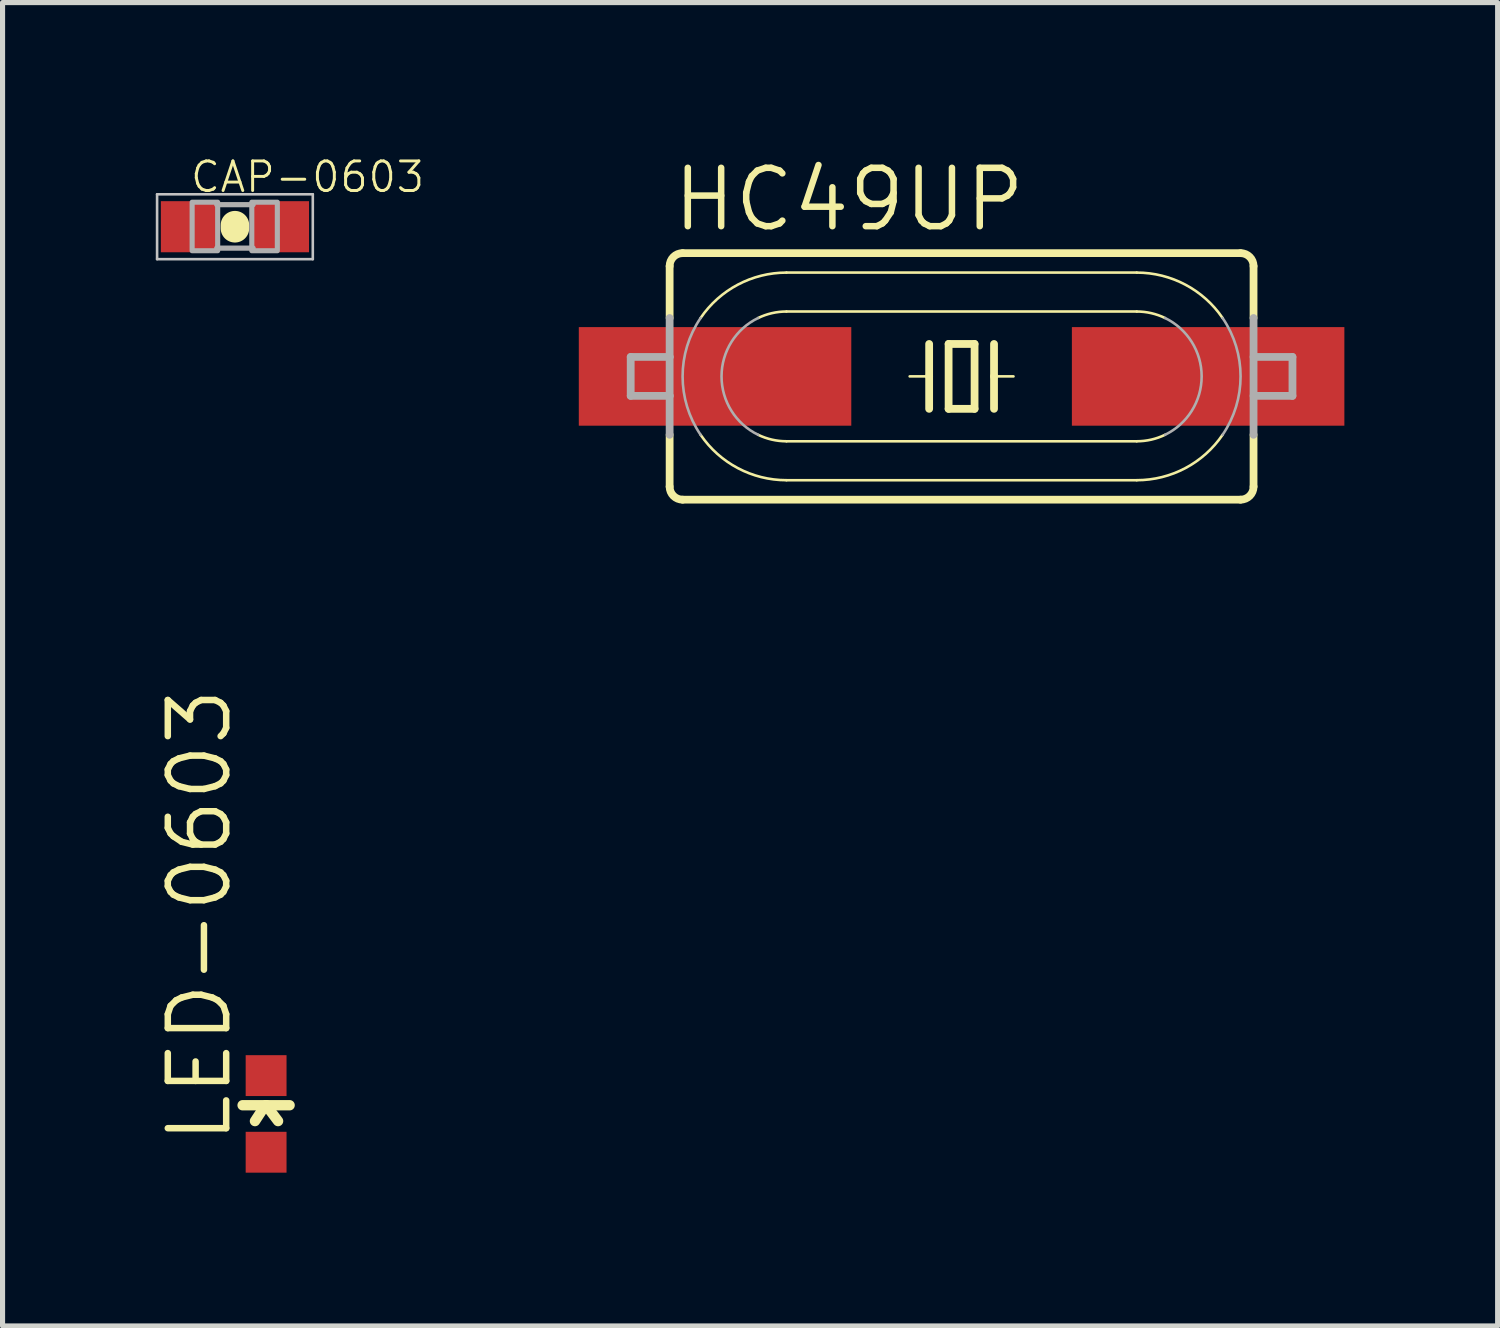
<source format=kicad_pcb>
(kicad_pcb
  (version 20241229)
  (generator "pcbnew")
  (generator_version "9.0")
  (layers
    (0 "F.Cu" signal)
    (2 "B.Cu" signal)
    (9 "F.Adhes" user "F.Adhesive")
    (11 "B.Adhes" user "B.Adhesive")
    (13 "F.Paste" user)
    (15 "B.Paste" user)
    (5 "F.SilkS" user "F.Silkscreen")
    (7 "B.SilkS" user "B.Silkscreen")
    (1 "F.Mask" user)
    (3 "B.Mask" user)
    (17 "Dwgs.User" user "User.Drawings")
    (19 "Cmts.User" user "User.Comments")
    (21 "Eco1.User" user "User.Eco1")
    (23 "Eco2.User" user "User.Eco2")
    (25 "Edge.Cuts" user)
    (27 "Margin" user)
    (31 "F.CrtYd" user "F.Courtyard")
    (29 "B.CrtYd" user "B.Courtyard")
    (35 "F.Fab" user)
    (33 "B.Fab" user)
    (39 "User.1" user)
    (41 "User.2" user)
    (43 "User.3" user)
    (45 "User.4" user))
  (footprint "CAP-0603"
    (layer "F.Cu")
    (at 1.549 1.388)
    (property "Reference" "CAP-0603" (at -0.905 -0.635 0) (layer "F.SilkS") (effects (font (size 0.579 0.579) (thickness 0.058)) (justify left bottom)))
    (attr through_hole)
    (fp_line (start 0 -0.03) (end 0 0.03) (stroke (width 0.559) (type solid)) (layer "F.SilkS"))
    (fp_line (start -1.524 -0.635) (end 1.524 -0.635) (stroke (width 0.051) (type solid)) (layer "Dwgs.User"))
    (fp_line (start -1.524 0.635) (end -1.524 -0.635) (stroke (width 0.051) (type solid)) (layer "Dwgs.User"))
    (fp_line (start 1.524 -0.635) (end 1.524 0.635) (stroke (width 0.051) (type solid)) (layer "Dwgs.User"))
    (fp_line (start 1.524 0.635) (end -1.524 0.635) (stroke (width 0.051) (type solid)) (layer "Dwgs.User"))
    (fp_line (start -0.356 -0.432) (end 0.356 -0.432) (stroke (width 0.102) (type solid)) (layer "F.Fab"))
    (fp_line (start -0.356 0.419) (end 0.356 0.419) (stroke (width 0.102) (type solid)) (layer "F.Fab"))
    (fp_poly (pts (xy -0.838 0.47) (xy -0.338 0.47) (xy -0.338 -0.48) (xy -0.838 -0.48)) (stroke (width 0.1) (type solid)) (fill no) (layer "F.Fab"))
    (fp_poly (pts (xy 0.33 0.47) (xy 0.83 0.47) (xy 0.83 -0.48) (xy 0.33 -0.48)) (stroke (width 0.1) (type solid)) (fill no) (layer "F.Fab"))
    (pad "1" smd rect (at -0.9 0) (size 1.1 1) (layers "F.Cu" "F.Mask" "F.Paste"))
    (pad "2" smd rect (at 0.9 0) (size 1.1 1) (layers "F.Cu" "F.Mask" "F.Paste")))
  (footprint "HC49UP"
    (layer "F.Cu")
    (at 15.773 4.318)
    (property "Reference" "HC49UP" (at -5.715 -2.794 0) (layer "F.SilkS") (effects (font (size 1.143 1.143) (thickness 0.127)) (justify left bottom)))
    (fp_line (start -5.715 -1.143) (end -5.715 -2.159) (stroke (width 0.152) (type solid)) (layer "F.SilkS"))
    (fp_line (start -5.715 2.159) (end -5.715 1.143) (stroke (width 0.152) (type solid)) (layer "F.SilkS"))
    (fp_line (start -3.429 -2.032) (end 3.429 -2.032) (stroke (width 0.051) (type solid)) (layer "F.SilkS"))
    (fp_line (start -3.429 -1.27) (end 3.429 -1.27) (stroke (width 0.051) (type solid)) (layer "F.SilkS"))
    (fp_line (start -0.635 -0.635) (end -0.635 0) (stroke (width 0.152) (type solid)) (layer "F.SilkS"))
    (fp_line (start -0.635 0) (end -1.016 0) (stroke (width 0.051) (type solid)) (layer "F.SilkS"))
    (fp_line (start -0.635 0) (end -0.635 0.635) (stroke (width 0.152) (type solid)) (layer "F.SilkS"))
    (fp_line (start -0.254 -0.635) (end -0.254 0.635) (stroke (width 0.152) (type solid)) (layer "F.SilkS"))
    (fp_line (start -0.254 0.635) (end 0.254 0.635) (stroke (width 0.152) (type solid)) (layer "F.SilkS"))
    (fp_line (start 0.254 -0.635) (end -0.254 -0.635) (stroke (width 0.152) (type solid)) (layer "F.SilkS"))
    (fp_line (start 0.254 0.635) (end 0.254 -0.635) (stroke (width 0.152) (type solid)) (layer "F.SilkS"))
    (fp_line (start 0.635 -0.635) (end 0.635 0) (stroke (width 0.152) (type solid)) (layer "F.SilkS"))
    (fp_line (start 0.635 0) (end 0.635 0.635) (stroke (width 0.152) (type solid)) (layer "F.SilkS"))
    (fp_line (start 0.635 0) (end 1.016 0) (stroke (width 0.051) (type solid)) (layer "F.SilkS"))
    (fp_line (start 3.429 1.27) (end -3.429 1.27) (stroke (width 0.051) (type solid)) (layer "F.SilkS"))
    (fp_line (start 3.429 2.032) (end -3.429 2.032) (stroke (width 0.051) (type solid)) (layer "F.SilkS"))
    (fp_line (start 5.461 -2.413) (end -5.461 -2.413) (stroke (width 0.152) (type solid)) (layer "F.SilkS"))
    (fp_line (start 5.461 2.413) (end -5.461 2.413) (stroke (width 0.152) (type solid)) (layer "F.SilkS"))
    (fp_line (start 5.715 -1.143) (end 5.715 -2.159) (stroke (width 0.152) (type solid)) (layer "F.SilkS"))
    (fp_line (start 5.715 2.159) (end 5.715 1.143) (stroke (width 0.152) (type solid)) (layer "F.SilkS"))
    (fp_arc (start -5.715 -2.159) (mid -5.640605 -2.338605) (end -5.461 -2.413) (stroke (width 0.1524) (type solid)) (layer "F.SilkS"))
    (fp_arc (start -5.461 2.413) (mid -5.640605 2.338605) (end -5.715 2.159) (stroke (width 0.1524) (type solid)) (layer "F.SilkS"))
    (fp_arc (start -5.1091 -1.143) (mid -4.379417 -1.796107) (end -3.429 -2.032101) (stroke (width 0.0508) (type solid)) (layer "F.SilkS"))
    (fp_arc (start -3.9826 -1.143) (mid -3.712991 -1.237845) (end -3.429 -1.27) (stroke (width 0.0508) (type solid)) (layer "F.SilkS"))
    (fp_arc (start -3.429 1.27) (mid -3.712991 1.237845) (end -3.9826 1.143) (stroke (width 0.0508) (type solid)) (layer "F.SilkS"))
    (fp_arc (start -3.429 2.032001) (mid -4.379408 1.796063) (end -5.1091 1.143) (stroke (width 0.0508) (type solid)) (layer "F.SilkS"))
    (fp_arc (start 3.429 -2.032) (mid 4.379408 -1.796062) (end 5.1091 -1.142999) (stroke (width 0.0508) (type solid)) (layer "F.SilkS"))
    (fp_arc (start 3.429 -1.27) (mid 3.712991 -1.237845) (end 3.9826 -1.143) (stroke (width 0.0508) (type solid)) (layer "F.SilkS"))
    (fp_arc (start 3.9826 1.143) (mid 3.712991 1.237845) (end 3.429 1.27) (stroke (width 0.0508) (type solid)) (layer "F.SilkS"))
    (fp_arc (start 5.109 1.142899) (mid 4.379368 1.795994) (end 3.429 2.032) (stroke (width 0.0508) (type solid)) (layer "F.SilkS"))
    (fp_arc (start 5.461 -2.413) (mid 5.640605 -2.338605) (end 5.715 -2.159) (stroke (width 0.1524) (type solid)) (layer "F.SilkS"))
    (fp_arc (start 5.715 2.159) (mid 5.640605 2.338605) (end 5.461 2.413) (stroke (width 0.1524) (type solid)) (layer "F.SilkS"))
    (fp_line (start -6.477 0.381) (end -6.477 -0.381) (stroke (width 0.152) (type solid)) (layer "F.Fab"))
    (fp_line (start -5.715 -0.381) (end -6.477 -0.381) (stroke (width 0.152) (type solid)) (layer "F.Fab"))
    (fp_line (start -5.715 -0.381) (end -5.715 -1.143) (stroke (width 0.152) (type solid)) (layer "F.Fab"))
    (fp_line (start -5.715 0.381) (end -6.477 0.381) (stroke (width 0.152) (type solid)) (layer "F.Fab"))
    (fp_line (start -5.715 0.381) (end -5.715 -0.381) (stroke (width 0.152) (type solid)) (layer "F.Fab"))
    (fp_line (start -5.715 1.143) (end -5.715 0.381) (stroke (width 0.152) (type solid)) (layer "F.Fab"))
    (fp_line (start 5.715 -0.381) (end 6.477 -0.381) (stroke (width 0.152) (type solid)) (layer "F.Fab"))
    (fp_line (start 5.715 0.381) (end 6.477 0.381) (stroke (width 0.152) (type solid)) (layer "F.Fab"))
    (fp_line (start 5.715 1.143) (end 5.715 -1.143) (stroke (width 0.152) (type solid)) (layer "F.Fab"))
    (fp_line (start 6.477 0.381) (end 6.477 -0.381) (stroke (width 0.152) (type solid)) (layer "F.Fab"))
    (fp_arc (start -5.1091 1.143) (mid -5.46104 0) (end -5.1091 -1.143) (stroke (width 0.0508) (type solid)) (layer "F.Fab"))
    (fp_arc (start -3.9826 1.143) (mid -4.699009 0) (end -3.9826 -1.143) (stroke (width 0.0508) (type solid)) (layer "F.Fab"))
    (fp_arc (start 3.9826 -1.143) (mid 4.699009 0) (end 3.9826 1.143) (stroke (width 0.0508) (type solid)) (layer "F.Fab"))
    (fp_arc (start 5.1091 -1.143) (mid 5.46104 0) (end 5.1091 1.143) (stroke (width 0.0508) (type solid)) (layer "F.Fab"))
    (pad "1" smd rect (at -4.826 0) (size 5.334 1.93) (layers "F.Cu" "F.Mask" "F.Paste"))
    (pad "2" smd rect (at 4.826 0) (size 5.334 1.93) (layers "F.Cu" "F.Mask" "F.Paste"))
    (zone (net_name "") (layers "F.Cu" "B.Cu") (hatch edge 0.508) (connect_pads) (min_thickness 0.254) (filled_areas_thickness no) (keepout (tracks allowed) (vias not_allowed) (pads allowed) (copperpour allowed) (footprints allowed)) (placement (enabled no)) (fill) (polygon (pts (xy 9.169 7.366) (xy 22.377 7.366) (xy 22.377 1.27) (xy 9.169 1.27)))))
  (footprint "LED-0603"
    (layer "F.Cu")
    (at 2.159 18.755)
    (property "Reference" "LED-0603" (at -0.635 0.635 90) (layer "F.SilkS") (effects (font (size 1.143 1.143) (thickness 0.127)) (justify left bottom)))
    (fp_line (start -0.46 -0.17) (end 0 -0.17) (stroke (width 0.203) (type solid)) (layer "F.SilkS"))
    (fp_line (start -0.025 -0.155) (end -0.218 0.14) (stroke (width 0.203) (type solid)) (layer "F.SilkS"))
    (fp_line (start 0 -0.17) (end 0.234 0.14) (stroke (width 0.203) (type solid)) (layer "F.SilkS"))
    (fp_line (start 0.46 -0.17) (end 0 -0.17) (stroke (width 0.203) (type solid)) (layer "F.SilkS"))
    (pad "A" smd rect (at 0 0.75) (size 0.8 0.8) (layers "F.Cu" "F.Mask" "F.Paste"))
    (pad "C" smd rect (at 0 -0.75) (size 0.8 0.8) (layers "F.Cu" "F.Mask" "F.Paste")))
  (gr_rect
    (start -3 -3)
    (end 26.266 22.905)
    (stroke (width 0.1) (type default))
    (fill no)
    (layer "Edge.Cuts")))
</source>
